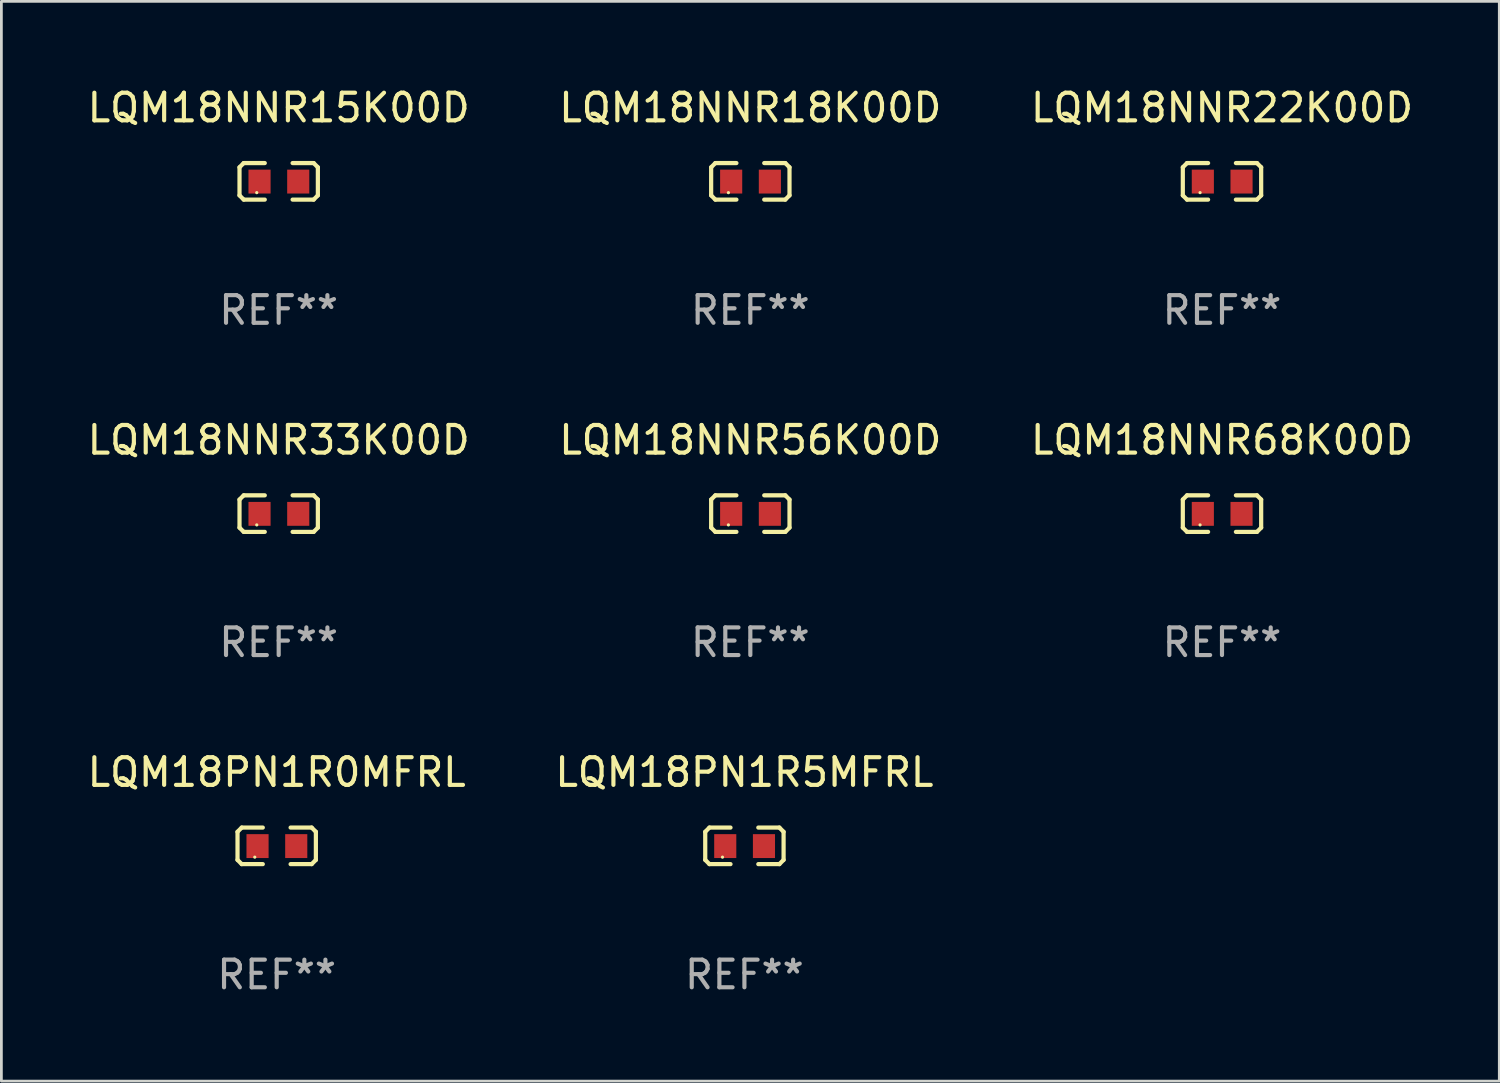
<source format=kicad_pcb>
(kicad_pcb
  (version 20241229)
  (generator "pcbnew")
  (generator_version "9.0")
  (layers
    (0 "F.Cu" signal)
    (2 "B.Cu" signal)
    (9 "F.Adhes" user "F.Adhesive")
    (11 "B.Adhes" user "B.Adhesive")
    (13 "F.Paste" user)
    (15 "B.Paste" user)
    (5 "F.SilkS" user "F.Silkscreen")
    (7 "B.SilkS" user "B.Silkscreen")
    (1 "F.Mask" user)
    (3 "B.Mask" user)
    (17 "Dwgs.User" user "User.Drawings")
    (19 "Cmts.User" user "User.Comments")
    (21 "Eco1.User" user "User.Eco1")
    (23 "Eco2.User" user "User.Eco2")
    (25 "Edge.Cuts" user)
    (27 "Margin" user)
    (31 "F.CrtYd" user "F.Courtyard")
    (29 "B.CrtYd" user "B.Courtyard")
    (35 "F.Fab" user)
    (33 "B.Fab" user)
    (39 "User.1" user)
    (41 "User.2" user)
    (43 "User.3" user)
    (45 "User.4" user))
  (footprint "LQM18NNR68K00D"
    (layer "F.Cu")
    (at 41.149 15.527)
    (property "Reference" "LQM18NNR68K00D" (at 0 -2.661 0) (layer "F.SilkS") (effects (font (size 1 1) (thickness 0.15))))
    (attr through_hole)
    (fp_line (start -1.417 -0.508) (end -1.265 -0.661) (stroke (width 0.152) (type solid)) (layer "F.SilkS"))
    (fp_line (start -1.417 0.508) (end -1.417 -0.508) (stroke (width 0.152) (type solid)) (layer "F.SilkS"))
    (fp_line (start -1.265 -0.661) (end -0.503 -0.661) (stroke (width 0.152) (type solid)) (layer "F.SilkS"))
    (fp_line (start -1.265 0.661) (end -1.417 0.508) (stroke (width 0.152) (type solid)) (layer "F.SilkS"))
    (fp_line (start -1.265 0.661) (end -0.503 0.661) (stroke (width 0.152) (type solid)) (layer "F.SilkS"))
    (fp_line (start 1.265 -0.661) (end 0.503 -0.661) (stroke (width 0.152) (type solid)) (layer "F.SilkS"))
    (fp_line (start 1.265 -0.661) (end 1.417 -0.508) (stroke (width 0.152) (type solid)) (layer "F.SilkS"))
    (fp_line (start 1.265 0.661) (end 0.503 0.661) (stroke (width 0.152) (type solid)) (layer "F.SilkS"))
    (fp_line (start 1.417 -0.508) (end 1.417 0.508) (stroke (width 0.152) (type solid)) (layer "F.SilkS"))
    (fp_line (start 1.417 0.508) (end 1.265 0.661) (stroke (width 0.152) (type solid)) (layer "F.SilkS"))
    (fp_circle (center -0.793 0.409) (end -0.763 0.409) (stroke (width 0.06) (type solid)) (fill no) (layer "F.SilkS"))
    (fp_text user "REF**" (at 0 4.661 0) (layer "F.Fab") (effects (font (size 1 1) (thickness 0.15))))
    (pad "1" smd rect (at -0.693 0.009 180) (size 0.8 0.864) (layers "F.Cu" "F.Mask" "F.Paste"))
    (pad "2" smd rect (at 0.707 0.009 180) (size 0.8 0.864) (layers "F.Cu" "F.Mask" "F.Paste")))
  (footprint "LQM18NNR22K00D"
    (layer "F.Cu")
    (at 41.149 3.509)
    (property "Reference" "LQM18NNR22K00D" (at 0 -2.661 0) (layer "F.SilkS") (effects (font (size 1 1) (thickness 0.15))))
    (attr through_hole)
    (fp_line (start -1.417 -0.508) (end -1.265 -0.661) (stroke (width 0.152) (type solid)) (layer "F.SilkS"))
    (fp_line (start -1.417 0.508) (end -1.417 -0.508) (stroke (width 0.152) (type solid)) (layer "F.SilkS"))
    (fp_line (start -1.265 -0.661) (end -0.503 -0.661) (stroke (width 0.152) (type solid)) (layer "F.SilkS"))
    (fp_line (start -1.265 0.661) (end -1.417 0.508) (stroke (width 0.152) (type solid)) (layer "F.SilkS"))
    (fp_line (start -1.265 0.661) (end -0.503 0.661) (stroke (width 0.152) (type solid)) (layer "F.SilkS"))
    (fp_line (start 1.265 -0.661) (end 0.503 -0.661) (stroke (width 0.152) (type solid)) (layer "F.SilkS"))
    (fp_line (start 1.265 -0.661) (end 1.417 -0.508) (stroke (width 0.152) (type solid)) (layer "F.SilkS"))
    (fp_line (start 1.265 0.661) (end 0.503 0.661) (stroke (width 0.152) (type solid)) (layer "F.SilkS"))
    (fp_line (start 1.417 -0.508) (end 1.417 0.508) (stroke (width 0.152) (type solid)) (layer "F.SilkS"))
    (fp_line (start 1.417 0.508) (end 1.265 0.661) (stroke (width 0.152) (type solid)) (layer "F.SilkS"))
    (fp_circle (center -0.793 0.409) (end -0.763 0.409) (stroke (width 0.06) (type solid)) (fill no) (layer "F.SilkS"))
    (fp_text user "REF**" (at 0 4.661 0) (layer "F.Fab") (effects (font (size 1 1) (thickness 0.15))))
    (pad "1" smd rect (at -0.693 0.009 180) (size 0.8 0.864) (layers "F.Cu" "F.Mask" "F.Paste"))
    (pad "2" smd rect (at 0.707 0.009 180) (size 0.8 0.864) (layers "F.Cu" "F.Mask" "F.Paste")))
  (footprint "LQM18PN1R0MFRL"
    (layer "F.Cu")
    (at 6.958 27.544)
    (property "Reference" "LQM18PN1R0MFRL" (at 0 -2.661 0) (layer "F.SilkS") (effects (font (size 1 1) (thickness 0.15))))
    (attr through_hole)
    (fp_line (start -1.417 -0.508) (end -1.265 -0.661) (stroke (width 0.152) (type solid)) (layer "F.SilkS"))
    (fp_line (start -1.417 0.508) (end -1.417 -0.508) (stroke (width 0.152) (type solid)) (layer "F.SilkS"))
    (fp_line (start -1.265 -0.661) (end -0.503 -0.661) (stroke (width 0.152) (type solid)) (layer "F.SilkS"))
    (fp_line (start -1.265 0.661) (end -1.417 0.508) (stroke (width 0.152) (type solid)) (layer "F.SilkS"))
    (fp_line (start -1.265 0.661) (end -0.503 0.661) (stroke (width 0.152) (type solid)) (layer "F.SilkS"))
    (fp_line (start 1.265 -0.661) (end 0.503 -0.661) (stroke (width 0.152) (type solid)) (layer "F.SilkS"))
    (fp_line (start 1.265 -0.661) (end 1.417 -0.508) (stroke (width 0.152) (type solid)) (layer "F.SilkS"))
    (fp_line (start 1.265 0.661) (end 0.503 0.661) (stroke (width 0.152) (type solid)) (layer "F.SilkS"))
    (fp_line (start 1.417 -0.508) (end 1.417 0.508) (stroke (width 0.152) (type solid)) (layer "F.SilkS"))
    (fp_line (start 1.417 0.508) (end 1.265 0.661) (stroke (width 0.152) (type solid)) (layer "F.SilkS"))
    (fp_circle (center -0.793 0.409) (end -0.763 0.409) (stroke (width 0.06) (type solid)) (fill no) (layer "F.SilkS"))
    (fp_text user "REF**" (at 0 4.661 0) (layer "F.Fab") (effects (font (size 1 1) (thickness 0.15))))
    (pad "1" smd rect (at -0.693 0.009 180) (size 0.8 0.864) (layers "F.Cu" "F.Mask" "F.Paste"))
    (pad "2" smd rect (at 0.707 0.009 180) (size 0.8 0.864) (layers "F.Cu" "F.Mask" "F.Paste")))
  (footprint "LQM18NNR33K00D"
    (layer "F.Cu")
    (at 7.03 15.527)
    (property "Reference" "LQM18NNR33K00D" (at 0 -2.661 0) (layer "F.SilkS") (effects (font (size 1 1) (thickness 0.15))))
    (attr through_hole)
    (fp_line (start -1.417 -0.508) (end -1.265 -0.661) (stroke (width 0.152) (type solid)) (layer "F.SilkS"))
    (fp_line (start -1.417 0.508) (end -1.417 -0.508) (stroke (width 0.152) (type solid)) (layer "F.SilkS"))
    (fp_line (start -1.265 -0.661) (end -0.503 -0.661) (stroke (width 0.152) (type solid)) (layer "F.SilkS"))
    (fp_line (start -1.265 0.661) (end -1.417 0.508) (stroke (width 0.152) (type solid)) (layer "F.SilkS"))
    (fp_line (start -1.265 0.661) (end -0.503 0.661) (stroke (width 0.152) (type solid)) (layer "F.SilkS"))
    (fp_line (start 1.265 -0.661) (end 0.503 -0.661) (stroke (width 0.152) (type solid)) (layer "F.SilkS"))
    (fp_line (start 1.265 -0.661) (end 1.417 -0.508) (stroke (width 0.152) (type solid)) (layer "F.SilkS"))
    (fp_line (start 1.265 0.661) (end 0.503 0.661) (stroke (width 0.152) (type solid)) (layer "F.SilkS"))
    (fp_line (start 1.417 -0.508) (end 1.417 0.508) (stroke (width 0.152) (type solid)) (layer "F.SilkS"))
    (fp_line (start 1.417 0.508) (end 1.265 0.661) (stroke (width 0.152) (type solid)) (layer "F.SilkS"))
    (fp_circle (center -0.793 0.409) (end -0.763 0.409) (stroke (width 0.06) (type solid)) (fill no) (layer "F.SilkS"))
    (fp_text user "REF**" (at 0 4.661 0) (layer "F.Fab") (effects (font (size 1 1) (thickness 0.15))))
    (pad "1" smd rect (at -0.693 0.009 180) (size 0.8 0.864) (layers "F.Cu" "F.Mask" "F.Paste"))
    (pad "2" smd rect (at 0.707 0.009 180) (size 0.8 0.864) (layers "F.Cu" "F.Mask" "F.Paste")))
  (footprint "LQM18PN1R5MFRL"
    (layer "F.Cu")
    (at 23.875 27.544)
    (property "Reference" "LQM18PN1R5MFRL" (at 0 -2.661 0) (layer "F.SilkS") (effects (font (size 1 1) (thickness 0.15))))
    (attr through_hole)
    (fp_line (start -1.417 -0.508) (end -1.265 -0.661) (stroke (width 0.152) (type solid)) (layer "F.SilkS"))
    (fp_line (start -1.417 0.508) (end -1.417 -0.508) (stroke (width 0.152) (type solid)) (layer "F.SilkS"))
    (fp_line (start -1.265 -0.661) (end -0.503 -0.661) (stroke (width 0.152) (type solid)) (layer "F.SilkS"))
    (fp_line (start -1.265 0.661) (end -1.417 0.508) (stroke (width 0.152) (type solid)) (layer "F.SilkS"))
    (fp_line (start -1.265 0.661) (end -0.503 0.661) (stroke (width 0.152) (type solid)) (layer "F.SilkS"))
    (fp_line (start 1.265 -0.661) (end 0.503 -0.661) (stroke (width 0.152) (type solid)) (layer "F.SilkS"))
    (fp_line (start 1.265 -0.661) (end 1.417 -0.508) (stroke (width 0.152) (type solid)) (layer "F.SilkS"))
    (fp_line (start 1.265 0.661) (end 0.503 0.661) (stroke (width 0.152) (type solid)) (layer "F.SilkS"))
    (fp_line (start 1.417 -0.508) (end 1.417 0.508) (stroke (width 0.152) (type solid)) (layer "F.SilkS"))
    (fp_line (start 1.417 0.508) (end 1.265 0.661) (stroke (width 0.152) (type solid)) (layer "F.SilkS"))
    (fp_circle (center -0.793 0.409) (end -0.763 0.409) (stroke (width 0.06) (type solid)) (fill no) (layer "F.SilkS"))
    (fp_text user "REF**" (at 0 4.661 0) (layer "F.Fab") (effects (font (size 1 1) (thickness 0.15))))
    (pad "1" smd rect (at -0.693 0.009 180) (size 0.8 0.864) (layers "F.Cu" "F.Mask" "F.Paste"))
    (pad "2" smd rect (at 0.707 0.009 180) (size 0.8 0.864) (layers "F.Cu" "F.Mask" "F.Paste")))
  (footprint "LQM18NNR56K00D"
    (layer "F.Cu")
    (at 24.089 15.527)
    (property "Reference" "LQM18NNR56K00D" (at 0 -2.661 0) (layer "F.SilkS") (effects (font (size 1 1) (thickness 0.15))))
    (attr through_hole)
    (fp_line (start -1.417 -0.508) (end -1.265 -0.661) (stroke (width 0.152) (type solid)) (layer "F.SilkS"))
    (fp_line (start -1.417 0.508) (end -1.417 -0.508) (stroke (width 0.152) (type solid)) (layer "F.SilkS"))
    (fp_line (start -1.265 -0.661) (end -0.503 -0.661) (stroke (width 0.152) (type solid)) (layer "F.SilkS"))
    (fp_line (start -1.265 0.661) (end -1.417 0.508) (stroke (width 0.152) (type solid)) (layer "F.SilkS"))
    (fp_line (start -1.265 0.661) (end -0.503 0.661) (stroke (width 0.152) (type solid)) (layer "F.SilkS"))
    (fp_line (start 1.265 -0.661) (end 0.503 -0.661) (stroke (width 0.152) (type solid)) (layer "F.SilkS"))
    (fp_line (start 1.265 -0.661) (end 1.417 -0.508) (stroke (width 0.152) (type solid)) (layer "F.SilkS"))
    (fp_line (start 1.265 0.661) (end 0.503 0.661) (stroke (width 0.152) (type solid)) (layer "F.SilkS"))
    (fp_line (start 1.417 -0.508) (end 1.417 0.508) (stroke (width 0.152) (type solid)) (layer "F.SilkS"))
    (fp_line (start 1.417 0.508) (end 1.265 0.661) (stroke (width 0.152) (type solid)) (layer "F.SilkS"))
    (fp_circle (center -0.793 0.409) (end -0.763 0.409) (stroke (width 0.06) (type solid)) (fill no) (layer "F.SilkS"))
    (fp_text user "REF**" (at 0 4.661 0) (layer "F.Fab") (effects (font (size 1 1) (thickness 0.15))))
    (pad "1" smd rect (at -0.693 0.009 180) (size 0.8 0.864) (layers "F.Cu" "F.Mask" "F.Paste"))
    (pad "2" smd rect (at 0.707 0.009 180) (size 0.8 0.864) (layers "F.Cu" "F.Mask" "F.Paste")))
  (footprint "LQM18NNR18K00D"
    (layer "F.Cu")
    (at 24.089 3.509)
    (property "Reference" "LQM18NNR18K00D" (at 0 -2.661 0) (layer "F.SilkS") (effects (font (size 1 1) (thickness 0.15))))
    (attr through_hole)
    (fp_line (start -1.417 -0.508) (end -1.265 -0.661) (stroke (width 0.152) (type solid)) (layer "F.SilkS"))
    (fp_line (start -1.417 0.508) (end -1.417 -0.508) (stroke (width 0.152) (type solid)) (layer "F.SilkS"))
    (fp_line (start -1.265 -0.661) (end -0.503 -0.661) (stroke (width 0.152) (type solid)) (layer "F.SilkS"))
    (fp_line (start -1.265 0.661) (end -1.417 0.508) (stroke (width 0.152) (type solid)) (layer "F.SilkS"))
    (fp_line (start -1.265 0.661) (end -0.503 0.661) (stroke (width 0.152) (type solid)) (layer "F.SilkS"))
    (fp_line (start 1.265 -0.661) (end 0.503 -0.661) (stroke (width 0.152) (type solid)) (layer "F.SilkS"))
    (fp_line (start 1.265 -0.661) (end 1.417 -0.508) (stroke (width 0.152) (type solid)) (layer "F.SilkS"))
    (fp_line (start 1.265 0.661) (end 0.503 0.661) (stroke (width 0.152) (type solid)) (layer "F.SilkS"))
    (fp_line (start 1.417 -0.508) (end 1.417 0.508) (stroke (width 0.152) (type solid)) (layer "F.SilkS"))
    (fp_line (start 1.417 0.508) (end 1.265 0.661) (stroke (width 0.152) (type solid)) (layer "F.SilkS"))
    (fp_circle (center -0.793 0.409) (end -0.763 0.409) (stroke (width 0.06) (type solid)) (fill no) (layer "F.SilkS"))
    (fp_text user "REF**" (at 0 4.661 0) (layer "F.Fab") (effects (font (size 1 1) (thickness 0.15))))
    (pad "1" smd rect (at -0.693 0.009 180) (size 0.8 0.864) (layers "F.Cu" "F.Mask" "F.Paste"))
    (pad "2" smd rect (at 0.707 0.009 180) (size 0.8 0.864) (layers "F.Cu" "F.Mask" "F.Paste")))
  (footprint "LQM18NNR15K00D"
    (layer "F.Cu")
    (at 7.03 3.509)
    (property "Reference" "LQM18NNR15K00D" (at 0 -2.661 0) (layer "F.SilkS") (effects (font (size 1 1) (thickness 0.15))))
    (attr through_hole)
    (fp_line (start -1.417 -0.508) (end -1.265 -0.661) (stroke (width 0.152) (type solid)) (layer "F.SilkS"))
    (fp_line (start -1.417 0.508) (end -1.417 -0.508) (stroke (width 0.152) (type solid)) (layer "F.SilkS"))
    (fp_line (start -1.265 -0.661) (end -0.503 -0.661) (stroke (width 0.152) (type solid)) (layer "F.SilkS"))
    (fp_line (start -1.265 0.661) (end -1.417 0.508) (stroke (width 0.152) (type solid)) (layer "F.SilkS"))
    (fp_line (start -1.265 0.661) (end -0.503 0.661) (stroke (width 0.152) (type solid)) (layer "F.SilkS"))
    (fp_line (start 1.265 -0.661) (end 0.503 -0.661) (stroke (width 0.152) (type solid)) (layer "F.SilkS"))
    (fp_line (start 1.265 -0.661) (end 1.417 -0.508) (stroke (width 0.152) (type solid)) (layer "F.SilkS"))
    (fp_line (start 1.265 0.661) (end 0.503 0.661) (stroke (width 0.152) (type solid)) (layer "F.SilkS"))
    (fp_line (start 1.417 -0.508) (end 1.417 0.508) (stroke (width 0.152) (type solid)) (layer "F.SilkS"))
    (fp_line (start 1.417 0.508) (end 1.265 0.661) (stroke (width 0.152) (type solid)) (layer "F.SilkS"))
    (fp_circle (center -0.793 0.409) (end -0.763 0.409) (stroke (width 0.06) (type solid)) (fill no) (layer "F.SilkS"))
    (fp_text user "REF**" (at 0 4.661 0) (layer "F.Fab") (effects (font (size 1 1) (thickness 0.15))))
    (pad "1" smd rect (at -0.693 0.009 180) (size 0.8 0.864) (layers "F.Cu" "F.Mask" "F.Paste"))
    (pad "2" smd rect (at 0.707 0.009 180) (size 0.8 0.864) (layers "F.Cu" "F.Mask" "F.Paste")))
  (gr_rect
    (start -3 -3)
    (end 51.179 36.053)
    (stroke (width 0.1) (type default))
    (fill no)
    (layer "Edge.Cuts")))
</source>
